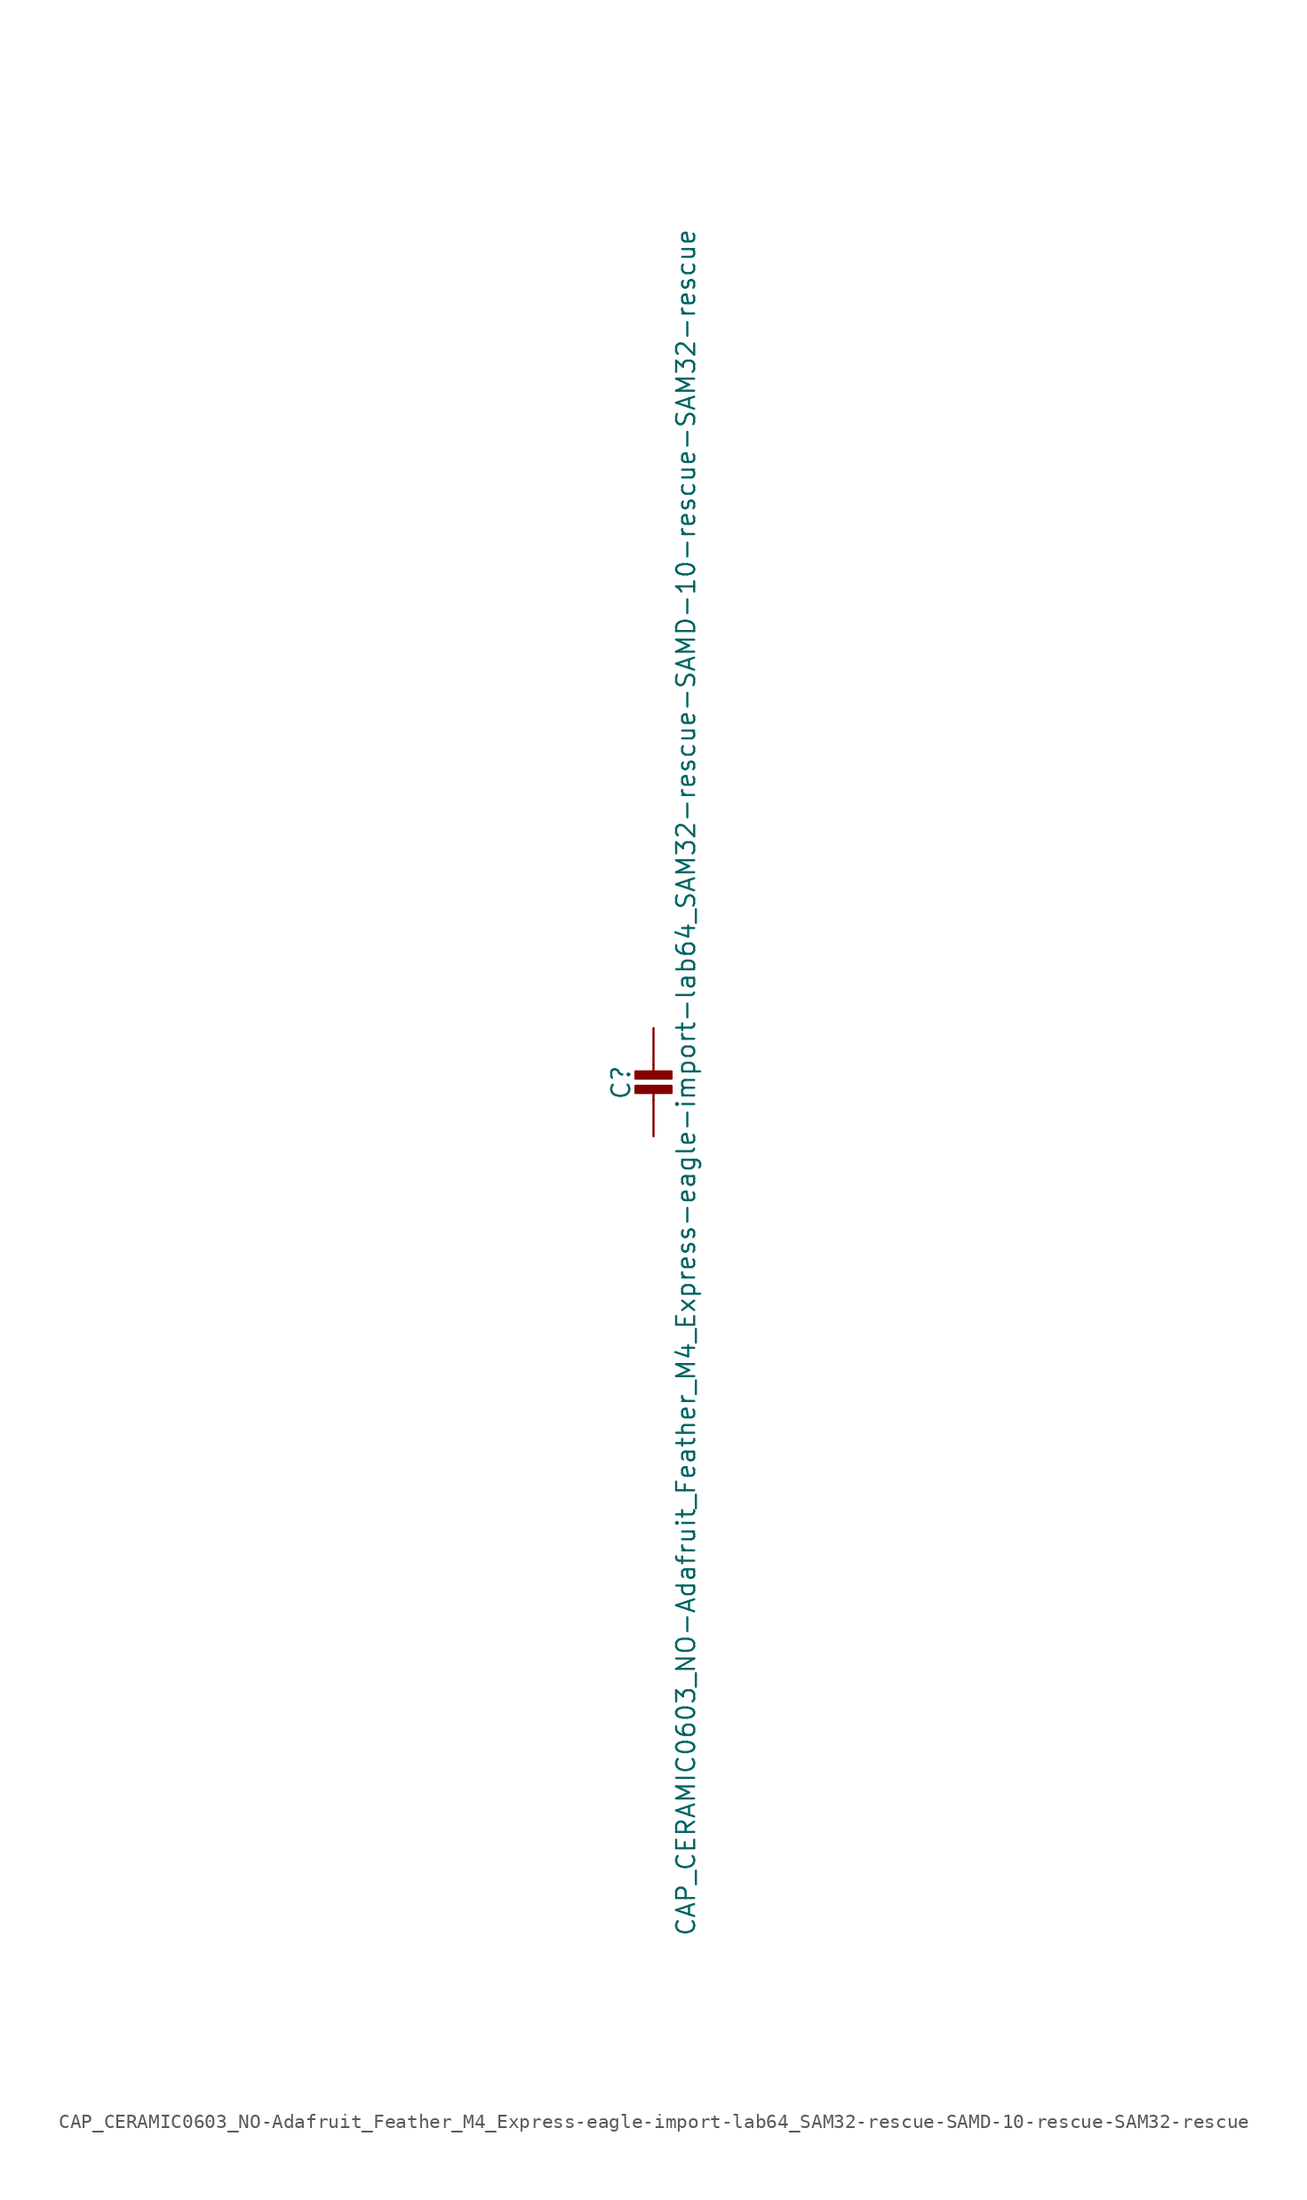
<source format=kicad_sym>
(kicad_symbol_lib
  (version 20220914)
  (generator kicad_symbol_editor)
  (symbol "CAP_CERAMIC0603_NO-Adafruit_Feather_M4_Express-eagle-import-lab64_SAM32-rescue-SAMD-10-rescue-SAM32-rescue"
    (pin_names
      (offset 1.016))
    (property "Reference" "C"
      (at -2.286 1.245 90)
      (effects (font (size 1.27 1.27))))
    (property "Value" "CAP_CERAMIC0603_NO-Adafruit_Feather_M4_Express-eagle-import-lab64_SAM32-rescue-SAMD-10-rescue-SAM32-rescue"
      (at 2.286 1.245 90)
      (effects (font (size 1.27 1.27))))
    (property "ki_locked" ""
      (at 0 0 0)
      (effects (font (size 1.27 1.27))))
    (symbol "CAP_CERAMIC0603_NO-Adafruit_Feather_M4_Express-eagle-import-lab64_SAM32-rescue-SAMD-10-rescue-SAM32-rescue_1_0"
      (rectangle (start -1.27 0.508) (end 1.27 1.016) (stroke (width 0) (type default)) (fill (type outline)))
      (rectangle (start -1.27 1.524) (end 1.27 2.032) (stroke (width 0) (type default)) (fill (type outline)))
      (polyline (pts (xy 0 0.762) (xy 0 0)) (stroke (width 0) (type default)) (fill (type none)))
      (polyline (pts (xy 0 2.54) (xy 0 1.778)) (stroke (width 0) (type default)) (fill (type none)))
      (pin passive line (at 0 5.08 270) (length 2.54) (name "1" (effects (font (size 0 0)))) (number "1" (effects (font (size 0 0)))))
      (pin passive line (at 0 -2.54 90) (length 2.54) (name "2" (effects (font (size 0 0)))) (number "2" (effects (font (size 0 0))))))))
</source>
